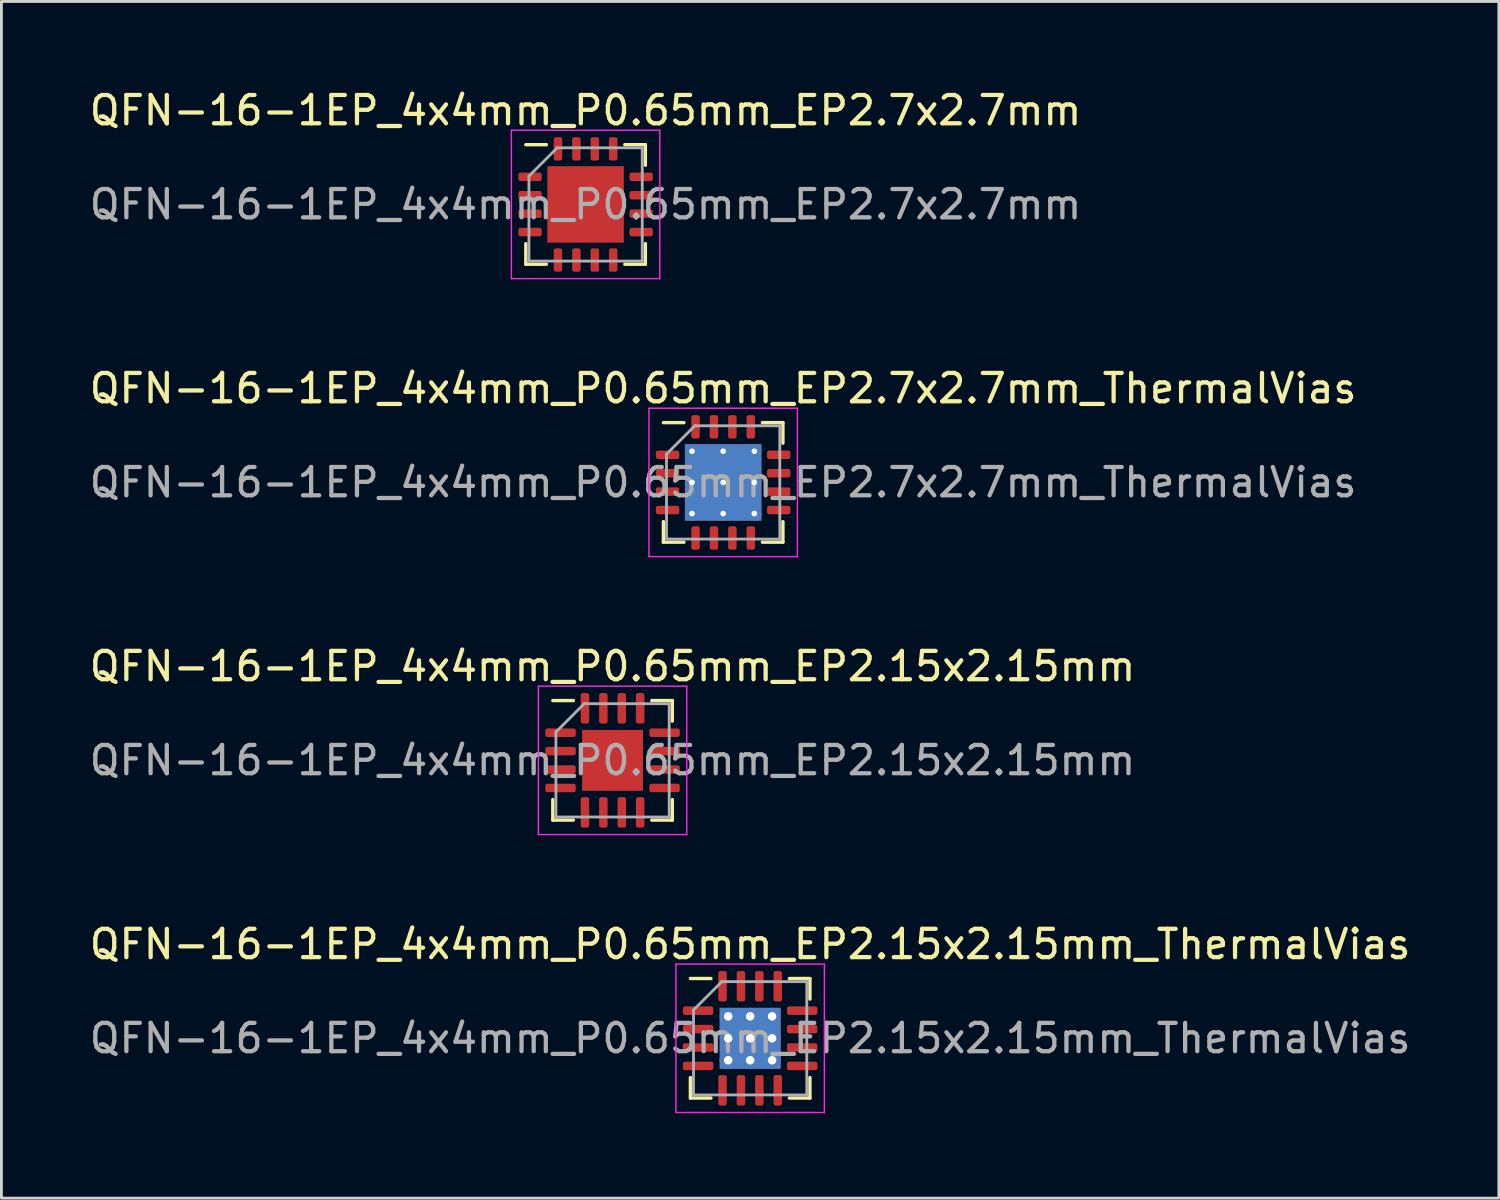
<source format=kicad_pcb>
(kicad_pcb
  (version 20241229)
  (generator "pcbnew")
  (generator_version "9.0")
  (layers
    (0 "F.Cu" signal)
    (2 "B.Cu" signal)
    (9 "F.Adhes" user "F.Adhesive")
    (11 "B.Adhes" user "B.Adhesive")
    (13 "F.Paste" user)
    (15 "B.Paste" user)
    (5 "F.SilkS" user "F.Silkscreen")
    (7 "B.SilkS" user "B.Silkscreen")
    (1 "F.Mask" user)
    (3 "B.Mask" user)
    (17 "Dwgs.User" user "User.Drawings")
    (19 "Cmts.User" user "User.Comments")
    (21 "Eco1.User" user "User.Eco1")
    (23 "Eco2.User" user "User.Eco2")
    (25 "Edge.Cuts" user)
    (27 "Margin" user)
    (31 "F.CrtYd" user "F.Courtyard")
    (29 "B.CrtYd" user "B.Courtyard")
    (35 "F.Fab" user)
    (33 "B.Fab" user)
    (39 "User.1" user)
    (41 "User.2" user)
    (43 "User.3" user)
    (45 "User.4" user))
  (footprint "QFN-16-1EP_4x4mm_P0.65mm_EP2.15x2.15mm"
    (layer "F.Cu")
    (at 18.577 23.795)
    (property "Reference" "QFN-16-1EP_4x4mm_P0.65mm_EP2.15x2.15mm" (at 0 -3.32 0) (layer "F.SilkS") (effects (font (size 1 1) (thickness 0.15))))
    (attr smd)
    (fp_line (start -2.11 2.11) (end -2.11 1.385) (stroke (width 0.12) (type solid)) (layer "F.SilkS"))
    (fp_line (start -1.385 -2.11) (end -2.11 -2.11) (stroke (width 0.12) (type solid)) (layer "F.SilkS"))
    (fp_line (start -1.385 2.11) (end -2.11 2.11) (stroke (width 0.12) (type solid)) (layer "F.SilkS"))
    (fp_line (start 1.385 -2.11) (end 2.11 -2.11) (stroke (width 0.12) (type solid)) (layer "F.SilkS"))
    (fp_line (start 1.385 2.11) (end 2.11 2.11) (stroke (width 0.12) (type solid)) (layer "F.SilkS"))
    (fp_line (start 2.11 -2.11) (end 2.11 -1.385) (stroke (width 0.12) (type solid)) (layer "F.SilkS"))
    (fp_line (start 2.11 2.11) (end 2.11 1.385) (stroke (width 0.12) (type solid)) (layer "F.SilkS"))
    (fp_line (start -2.62 -2.62) (end -2.62 2.62) (stroke (width 0.05) (type solid)) (layer "F.CrtYd"))
    (fp_line (start -2.62 2.62) (end 2.62 2.62) (stroke (width 0.05) (type solid)) (layer "F.CrtYd"))
    (fp_line (start 2.62 -2.62) (end -2.62 -2.62) (stroke (width 0.05) (type solid)) (layer "F.CrtYd"))
    (fp_line (start 2.62 2.62) (end 2.62 -2.62) (stroke (width 0.05) (type solid)) (layer "F.CrtYd"))
    (fp_line (start -2 -1) (end -1 -2) (stroke (width 0.1) (type solid)) (layer "F.Fab"))
    (fp_line (start -2 2) (end -2 -1) (stroke (width 0.1) (type solid)) (layer "F.Fab"))
    (fp_line (start -1 -2) (end 2 -2) (stroke (width 0.1) (type solid)) (layer "F.Fab"))
    (fp_line (start 2 -2) (end 2 2) (stroke (width 0.1) (type solid)) (layer "F.Fab"))
    (fp_line (start 2 2) (end -2 2) (stroke (width 0.1) (type solid)) (layer "F.Fab"))
    (fp_text user "${REFERENCE}" (at 0 0 0) (layer "F.Fab") (effects (font (size 1 1) (thickness 0.15))))
    (pad "" smd roundrect (at -0.54 -0.54) (size 0.87 0.87) (layers "F.Paste") (roundrect_rratio 0.25))
    (pad "" smd roundrect (at -0.54 0.54) (size 0.87 0.87) (layers "F.Paste") (roundrect_rratio 0.25))
    (pad "" smd roundrect (at 0.54 -0.54) (size 0.87 0.87) (layers "F.Paste") (roundrect_rratio 0.25))
    (pad "" smd roundrect (at 0.54 0.54) (size 0.87 0.87) (layers "F.Paste") (roundrect_rratio 0.25))
    (pad "1" smd roundrect (at -1.837 -0.975) (size 1.075 0.3) (layers "F.Cu" "F.Mask" "F.Paste") (roundrect_rratio 0.25))
    (pad "2" smd roundrect (at -1.837 -0.325) (size 1.075 0.3) (layers "F.Cu" "F.Mask" "F.Paste") (roundrect_rratio 0.25))
    (pad "3" smd roundrect (at -1.837 0.325) (size 1.075 0.3) (layers "F.Cu" "F.Mask" "F.Paste") (roundrect_rratio 0.25))
    (pad "4" smd roundrect (at -1.837 0.975) (size 1.075 0.3) (layers "F.Cu" "F.Mask" "F.Paste") (roundrect_rratio 0.25))
    (pad "5" smd roundrect (at -0.975 1.837) (size 0.3 1.075) (layers "F.Cu" "F.Mask" "F.Paste") (roundrect_rratio 0.25))
    (pad "6" smd roundrect (at -0.325 1.837) (size 0.3 1.075) (layers "F.Cu" "F.Mask" "F.Paste") (roundrect_rratio 0.25))
    (pad "7" smd roundrect (at 0.325 1.837) (size 0.3 1.075) (layers "F.Cu" "F.Mask" "F.Paste") (roundrect_rratio 0.25))
    (pad "8" smd roundrect (at 0.975 1.837) (size 0.3 1.075) (layers "F.Cu" "F.Mask" "F.Paste") (roundrect_rratio 0.25))
    (pad "9" smd roundrect (at 1.837 0.975) (size 1.075 0.3) (layers "F.Cu" "F.Mask" "F.Paste") (roundrect_rratio 0.25))
    (pad "10" smd roundrect (at 1.837 0.325) (size 1.075 0.3) (layers "F.Cu" "F.Mask" "F.Paste") (roundrect_rratio 0.25))
    (pad "11" smd roundrect (at 1.837 -0.325) (size 1.075 0.3) (layers "F.Cu" "F.Mask" "F.Paste") (roundrect_rratio 0.25))
    (pad "12" smd roundrect (at 1.837 -0.975) (size 1.075 0.3) (layers "F.Cu" "F.Mask" "F.Paste") (roundrect_rratio 0.25))
    (pad "13" smd roundrect (at 0.975 -1.837) (size 0.3 1.075) (layers "F.Cu" "F.Mask" "F.Paste") (roundrect_rratio 0.25))
    (pad "14" smd roundrect (at 0.325 -1.837) (size 0.3 1.075) (layers "F.Cu" "F.Mask" "F.Paste") (roundrect_rratio 0.25))
    (pad "15" smd roundrect (at -0.325 -1.837) (size 0.3 1.075) (layers "F.Cu" "F.Mask" "F.Paste") (roundrect_rratio 0.25))
    (pad "16" smd roundrect (at -0.975 -1.837) (size 0.3 1.075) (layers "F.Cu" "F.Mask" "F.Paste") (roundrect_rratio 0.25))
    (pad "17" smd rect (at 0 0) (size 2.15 2.15) (layers "F.Cu" "F.Mask")))
  (footprint "QFN-16-1EP_4x4mm_P0.65mm_EP2.15x2.15mm_ThermalVias"
    (layer "F.Cu")
    (at 23.435 33.608)
    (property "Reference" "QFN-16-1EP_4x4mm_P0.65mm_EP2.15x2.15mm_ThermalVias" (at 0 -3.32 0) (layer "F.SilkS") (effects (font (size 1 1) (thickness 0.15))))
    (attr smd)
    (fp_line (start -2.11 2.11) (end -2.11 1.385) (stroke (width 0.12) (type solid)) (layer "F.SilkS"))
    (fp_line (start -1.385 -2.11) (end -2.11 -2.11) (stroke (width 0.12) (type solid)) (layer "F.SilkS"))
    (fp_line (start -1.385 2.11) (end -2.11 2.11) (stroke (width 0.12) (type solid)) (layer "F.SilkS"))
    (fp_line (start 1.385 -2.11) (end 2.11 -2.11) (stroke (width 0.12) (type solid)) (layer "F.SilkS"))
    (fp_line (start 1.385 2.11) (end 2.11 2.11) (stroke (width 0.12) (type solid)) (layer "F.SilkS"))
    (fp_line (start 2.11 -2.11) (end 2.11 -1.385) (stroke (width 0.12) (type solid)) (layer "F.SilkS"))
    (fp_line (start 2.11 2.11) (end 2.11 1.385) (stroke (width 0.12) (type solid)) (layer "F.SilkS"))
    (fp_line (start -2.62 -2.62) (end -2.62 2.62) (stroke (width 0.05) (type solid)) (layer "F.CrtYd"))
    (fp_line (start -2.62 2.62) (end 2.62 2.62) (stroke (width 0.05) (type solid)) (layer "F.CrtYd"))
    (fp_line (start 2.62 -2.62) (end -2.62 -2.62) (stroke (width 0.05) (type solid)) (layer "F.CrtYd"))
    (fp_line (start 2.62 2.62) (end 2.62 -2.62) (stroke (width 0.05) (type solid)) (layer "F.CrtYd"))
    (fp_line (start -2 -1) (end -1 -2) (stroke (width 0.1) (type solid)) (layer "F.Fab"))
    (fp_line (start -2 2) (end -2 -1) (stroke (width 0.1) (type solid)) (layer "F.Fab"))
    (fp_line (start -1 -2) (end 2 -2) (stroke (width 0.1) (type solid)) (layer "F.Fab"))
    (fp_line (start 2 -2) (end 2 2) (stroke (width 0.1) (type solid)) (layer "F.Fab"))
    (fp_line (start 2 2) (end -2 2) (stroke (width 0.1) (type solid)) (layer "F.Fab"))
    (fp_text user "${REFERENCE}" (at 0 0 0) (layer "F.Fab") (effects (font (size 1 1) (thickness 0.15))))
    (pad "" smd roundrect (at -0.54 -0.54) (size 0.93 0.93) (layers "F.Paste") (roundrect_rratio 0.25))
    (pad "" smd roundrect (at -0.54 0.54) (size 0.93 0.93) (layers "F.Paste") (roundrect_rratio 0.25))
    (pad "" smd roundrect (at 0.54 -0.54) (size 0.93 0.93) (layers "F.Paste") (roundrect_rratio 0.25))
    (pad "" smd roundrect (at 0.54 0.54) (size 0.93 0.93) (layers "F.Paste") (roundrect_rratio 0.25))
    (pad "1" smd roundrect (at -1.837 -0.975) (size 1.075 0.3) (layers "F.Cu" "F.Mask" "F.Paste") (roundrect_rratio 0.25))
    (pad "2" smd roundrect (at -1.837 -0.325) (size 1.075 0.3) (layers "F.Cu" "F.Mask" "F.Paste") (roundrect_rratio 0.25))
    (pad "3" smd roundrect (at -1.837 0.325) (size 1.075 0.3) (layers "F.Cu" "F.Mask" "F.Paste") (roundrect_rratio 0.25))
    (pad "4" smd roundrect (at -1.837 0.975) (size 1.075 0.3) (layers "F.Cu" "F.Mask" "F.Paste") (roundrect_rratio 0.25))
    (pad "5" smd roundrect (at -0.975 1.837) (size 0.3 1.075) (layers "F.Cu" "F.Mask" "F.Paste") (roundrect_rratio 0.25))
    (pad "6" smd roundrect (at -0.325 1.837) (size 0.3 1.075) (layers "F.Cu" "F.Mask" "F.Paste") (roundrect_rratio 0.25))
    (pad "7" smd roundrect (at 0.325 1.837) (size 0.3 1.075) (layers "F.Cu" "F.Mask" "F.Paste") (roundrect_rratio 0.25))
    (pad "8" smd roundrect (at 0.975 1.837) (size 0.3 1.075) (layers "F.Cu" "F.Mask" "F.Paste") (roundrect_rratio 0.25))
    (pad "9" smd roundrect (at 1.837 0.975) (size 1.075 0.3) (layers "F.Cu" "F.Mask" "F.Paste") (roundrect_rratio 0.25))
    (pad "10" smd roundrect (at 1.837 0.325) (size 1.075 0.3) (layers "F.Cu" "F.Mask" "F.Paste") (roundrect_rratio 0.25))
    (pad "11" smd roundrect (at 1.837 -0.325) (size 1.075 0.3) (layers "F.Cu" "F.Mask" "F.Paste") (roundrect_rratio 0.25))
    (pad "12" smd roundrect (at 1.837 -0.975) (size 1.075 0.3) (layers "F.Cu" "F.Mask" "F.Paste") (roundrect_rratio 0.25))
    (pad "13" smd roundrect (at 0.975 -1.837) (size 0.3 1.075) (layers "F.Cu" "F.Mask" "F.Paste") (roundrect_rratio 0.25))
    (pad "14" smd roundrect (at 0.325 -1.837) (size 0.3 1.075) (layers "F.Cu" "F.Mask" "F.Paste") (roundrect_rratio 0.25))
    (pad "15" smd roundrect (at -0.325 -1.837) (size 0.3 1.075) (layers "F.Cu" "F.Mask" "F.Paste") (roundrect_rratio 0.25))
    (pad "16" smd roundrect (at -0.975 -1.837) (size 0.3 1.075) (layers "F.Cu" "F.Mask" "F.Paste") (roundrect_rratio 0.25))
    (pad "17" thru_hole circle (at -0.775 -0.775) (size 0.6 0.6) (drill 0.3) (layers "*.Cu"))
    (pad "17" thru_hole circle (at -0.775 0) (size 0.6 0.6) (drill 0.3) (layers "*.Cu"))
    (pad "17" thru_hole circle (at -0.775 0.775) (size 0.6 0.6) (drill 0.3) (layers "*.Cu"))
    (pad "17" thru_hole circle (at 0 -0.775) (size 0.6 0.6) (drill 0.3) (layers "*.Cu"))
    (pad "17" thru_hole circle (at 0 0) (size 0.6 0.6) (drill 0.3) (layers "*.Cu"))
    (pad "17" smd rect (at 0 0) (size 2.15 2.15) (layers "F.Cu" "F.Mask"))
    (pad "17" smd rect (at 0 0) (size 2.15 2.15) (layers "B.Cu"))
    (pad "17" thru_hole circle (at 0 0.775) (size 0.6 0.6) (drill 0.3) (layers "*.Cu"))
    (pad "17" thru_hole circle (at 0.775 -0.775) (size 0.6 0.6) (drill 0.3) (layers "*.Cu"))
    (pad "17" thru_hole circle (at 0.775 0) (size 0.6 0.6) (drill 0.3) (layers "*.Cu"))
    (pad "17" thru_hole circle (at 0.775 0.775) (size 0.6 0.6) (drill 0.3) (layers "*.Cu")))
  (footprint "QFN-16-1EP_4x4mm_P0.65mm_EP2.7x2.7mm_ThermalVias"
    (layer "F.Cu")
    (at 22.482 13.982)
    (property "Reference" "QFN-16-1EP_4x4mm_P0.65mm_EP2.7x2.7mm_ThermalVias" (at 0 -3.32 0) (layer "F.SilkS") (effects (font (size 1 1) (thickness 0.15))))
    (attr smd)
    (fp_line (start -2.11 2.11) (end -2.11 1.385) (stroke (width 0.12) (type solid)) (layer "F.SilkS"))
    (fp_line (start -1.385 -2.11) (end -2.11 -2.11) (stroke (width 0.12) (type solid)) (layer "F.SilkS"))
    (fp_line (start -1.385 2.11) (end -2.11 2.11) (stroke (width 0.12) (type solid)) (layer "F.SilkS"))
    (fp_line (start 1.385 -2.11) (end 2.11 -2.11) (stroke (width 0.12) (type solid)) (layer "F.SilkS"))
    (fp_line (start 1.385 2.11) (end 2.11 2.11) (stroke (width 0.12) (type solid)) (layer "F.SilkS"))
    (fp_line (start 2.11 -2.11) (end 2.11 -1.385) (stroke (width 0.12) (type solid)) (layer "F.SilkS"))
    (fp_line (start 2.11 2.11) (end 2.11 1.385) (stroke (width 0.12) (type solid)) (layer "F.SilkS"))
    (fp_line (start -2.62 -2.62) (end -2.62 2.62) (stroke (width 0.05) (type solid)) (layer "F.CrtYd"))
    (fp_line (start -2.62 2.62) (end 2.62 2.62) (stroke (width 0.05) (type solid)) (layer "F.CrtYd"))
    (fp_line (start 2.62 -2.62) (end -2.62 -2.62) (stroke (width 0.05) (type solid)) (layer "F.CrtYd"))
    (fp_line (start 2.62 2.62) (end 2.62 -2.62) (stroke (width 0.05) (type solid)) (layer "F.CrtYd"))
    (fp_line (start -2 -1) (end -1 -2) (stroke (width 0.1) (type solid)) (layer "F.Fab"))
    (fp_line (start -2 2) (end -2 -1) (stroke (width 0.1) (type solid)) (layer "F.Fab"))
    (fp_line (start -1 -2) (end 2 -2) (stroke (width 0.1) (type solid)) (layer "F.Fab"))
    (fp_line (start 2 -2) (end 2 2) (stroke (width 0.1) (type solid)) (layer "F.Fab"))
    (fp_line (start 2 2) (end -2 2) (stroke (width 0.1) (type solid)) (layer "F.Fab"))
    (fp_text user "${REFERENCE}" (at 0 0 0) (layer "F.Fab") (effects (font (size 1 1) (thickness 0.15))))
    (pad "" smd roundrect (at -0.675 -0.675) (size 1.17 1.17) (layers "F.Paste") (roundrect_rratio 0.214))
    (pad "" smd roundrect (at -0.675 0.675) (size 1.17 1.17) (layers "F.Paste") (roundrect_rratio 0.214))
    (pad "" smd roundrect (at 0.675 -0.675) (size 1.17 1.17) (layers "F.Paste") (roundrect_rratio 0.214))
    (pad "" smd roundrect (at 0.675 0.675) (size 1.17 1.17) (layers "F.Paste") (roundrect_rratio 0.214))
    (pad "1" smd roundrect (at -1.962 -0.975) (size 0.825 0.3) (layers "F.Cu" "F.Mask" "F.Paste") (roundrect_rratio 0.25))
    (pad "2" smd roundrect (at -1.962 -0.325) (size 0.825 0.3) (layers "F.Cu" "F.Mask" "F.Paste") (roundrect_rratio 0.25))
    (pad "3" smd roundrect (at -1.962 0.325) (size 0.825 0.3) (layers "F.Cu" "F.Mask" "F.Paste") (roundrect_rratio 0.25))
    (pad "4" smd roundrect (at -1.962 0.975) (size 0.825 0.3) (layers "F.Cu" "F.Mask" "F.Paste") (roundrect_rratio 0.25))
    (pad "5" smd roundrect (at -0.975 1.962) (size 0.3 0.825) (layers "F.Cu" "F.Mask" "F.Paste") (roundrect_rratio 0.25))
    (pad "6" smd roundrect (at -0.325 1.962) (size 0.3 0.825) (layers "F.Cu" "F.Mask" "F.Paste") (roundrect_rratio 0.25))
    (pad "7" smd roundrect (at 0.325 1.962) (size 0.3 0.825) (layers "F.Cu" "F.Mask" "F.Paste") (roundrect_rratio 0.25))
    (pad "8" smd roundrect (at 0.975 1.962) (size 0.3 0.825) (layers "F.Cu" "F.Mask" "F.Paste") (roundrect_rratio 0.25))
    (pad "9" smd roundrect (at 1.962 0.975) (size 0.825 0.3) (layers "F.Cu" "F.Mask" "F.Paste") (roundrect_rratio 0.25))
    (pad "10" smd roundrect (at 1.962 0.325) (size 0.825 0.3) (layers "F.Cu" "F.Mask" "F.Paste") (roundrect_rratio 0.25))
    (pad "11" smd roundrect (at 1.962 -0.325) (size 0.825 0.3) (layers "F.Cu" "F.Mask" "F.Paste") (roundrect_rratio 0.25))
    (pad "12" smd roundrect (at 1.962 -0.975) (size 0.825 0.3) (layers "F.Cu" "F.Mask" "F.Paste") (roundrect_rratio 0.25))
    (pad "13" smd roundrect (at 0.975 -1.962) (size 0.3 0.825) (layers "F.Cu" "F.Mask" "F.Paste") (roundrect_rratio 0.25))
    (pad "14" smd roundrect (at 0.325 -1.962) (size 0.3 0.825) (layers "F.Cu" "F.Mask" "F.Paste") (roundrect_rratio 0.25))
    (pad "15" smd roundrect (at -0.325 -1.962) (size 0.3 0.825) (layers "F.Cu" "F.Mask" "F.Paste") (roundrect_rratio 0.25))
    (pad "16" smd roundrect (at -0.975 -1.962) (size 0.3 0.825) (layers "F.Cu" "F.Mask" "F.Paste") (roundrect_rratio 0.25))
    (pad "17" thru_hole circle (at -1.1 -1.1) (size 0.5 0.5) (drill 0.2) (layers "*.Cu"))
    (pad "17" thru_hole circle (at -1.1 0) (size 0.5 0.5) (drill 0.2) (layers "*.Cu"))
    (pad "17" thru_hole circle (at -1.1 1.1) (size 0.5 0.5) (drill 0.2) (layers "*.Cu"))
    (pad "17" thru_hole circle (at 0 -1.1) (size 0.5 0.5) (drill 0.2) (layers "*.Cu"))
    (pad "17" thru_hole circle (at 0 0) (size 0.5 0.5) (drill 0.2) (layers "*.Cu"))
    (pad "17" smd rect (at 0 0) (size 2.7 2.7) (layers "F.Cu" "F.Mask"))
    (pad "17" smd rect (at 0 0) (size 2.7 2.7) (layers "B.Cu"))
    (pad "17" thru_hole circle (at 0 1.1) (size 0.5 0.5) (drill 0.2) (layers "*.Cu"))
    (pad "17" thru_hole circle (at 1.1 -1.1) (size 0.5 0.5) (drill 0.2) (layers "*.Cu"))
    (pad "17" thru_hole circle (at 1.1 0) (size 0.5 0.5) (drill 0.2) (layers "*.Cu"))
    (pad "17" thru_hole circle (at 1.1 1.1) (size 0.5 0.5) (drill 0.2) (layers "*.Cu")))
  (footprint "QFN-16-1EP_4x4mm_P0.65mm_EP2.7x2.7mm"
    (layer "F.Cu")
    (at 17.625 4.168)
    (property "Reference" "QFN-16-1EP_4x4mm_P0.65mm_EP2.7x2.7mm" (at 0 -3.32 0) (layer "F.SilkS") (effects (font (size 1 1) (thickness 0.15))))
    (attr smd)
    (fp_line (start -2.11 2.11) (end -2.11 1.385) (stroke (width 0.12) (type solid)) (layer "F.SilkS"))
    (fp_line (start -1.385 -2.11) (end -2.11 -2.11) (stroke (width 0.12) (type solid)) (layer "F.SilkS"))
    (fp_line (start -1.385 2.11) (end -2.11 2.11) (stroke (width 0.12) (type solid)) (layer "F.SilkS"))
    (fp_line (start 1.385 -2.11) (end 2.11 -2.11) (stroke (width 0.12) (type solid)) (layer "F.SilkS"))
    (fp_line (start 1.385 2.11) (end 2.11 2.11) (stroke (width 0.12) (type solid)) (layer "F.SilkS"))
    (fp_line (start 2.11 -2.11) (end 2.11 -1.385) (stroke (width 0.12) (type solid)) (layer "F.SilkS"))
    (fp_line (start 2.11 2.11) (end 2.11 1.385) (stroke (width 0.12) (type solid)) (layer "F.SilkS"))
    (fp_line (start -2.62 -2.62) (end -2.62 2.62) (stroke (width 0.05) (type solid)) (layer "F.CrtYd"))
    (fp_line (start -2.62 2.62) (end 2.62 2.62) (stroke (width 0.05) (type solid)) (layer "F.CrtYd"))
    (fp_line (start 2.62 -2.62) (end -2.62 -2.62) (stroke (width 0.05) (type solid)) (layer "F.CrtYd"))
    (fp_line (start 2.62 2.62) (end 2.62 -2.62) (stroke (width 0.05) (type solid)) (layer "F.CrtYd"))
    (fp_line (start -2 -1) (end -1 -2) (stroke (width 0.1) (type solid)) (layer "F.Fab"))
    (fp_line (start -2 2) (end -2 -1) (stroke (width 0.1) (type solid)) (layer "F.Fab"))
    (fp_line (start -1 -2) (end 2 -2) (stroke (width 0.1) (type solid)) (layer "F.Fab"))
    (fp_line (start 2 -2) (end 2 2) (stroke (width 0.1) (type solid)) (layer "F.Fab"))
    (fp_line (start 2 2) (end -2 2) (stroke (width 0.1) (type solid)) (layer "F.Fab"))
    (fp_text user "${REFERENCE}" (at 0 0 0) (layer "F.Fab") (effects (font (size 1 1) (thickness 0.15))))
    (pad "" smd roundrect (at -0.675 -0.675) (size 1.09 1.09) (layers "F.Paste") (roundrect_rratio 0.229))
    (pad "" smd roundrect (at -0.675 0.675) (size 1.09 1.09) (layers "F.Paste") (roundrect_rratio 0.229))
    (pad "" smd roundrect (at 0.675 -0.675) (size 1.09 1.09) (layers "F.Paste") (roundrect_rratio 0.229))
    (pad "" smd roundrect (at 0.675 0.675) (size 1.09 1.09) (layers "F.Paste") (roundrect_rratio 0.229))
    (pad "1" smd roundrect (at -1.962 -0.975) (size 0.825 0.3) (layers "F.Cu" "F.Mask" "F.Paste") (roundrect_rratio 0.25))
    (pad "2" smd roundrect (at -1.962 -0.325) (size 0.825 0.3) (layers "F.Cu" "F.Mask" "F.Paste") (roundrect_rratio 0.25))
    (pad "3" smd roundrect (at -1.962 0.325) (size 0.825 0.3) (layers "F.Cu" "F.Mask" "F.Paste") (roundrect_rratio 0.25))
    (pad "4" smd roundrect (at -1.962 0.975) (size 0.825 0.3) (layers "F.Cu" "F.Mask" "F.Paste") (roundrect_rratio 0.25))
    (pad "5" smd roundrect (at -0.975 1.962) (size 0.3 0.825) (layers "F.Cu" "F.Mask" "F.Paste") (roundrect_rratio 0.25))
    (pad "6" smd roundrect (at -0.325 1.962) (size 0.3 0.825) (layers "F.Cu" "F.Mask" "F.Paste") (roundrect_rratio 0.25))
    (pad "7" smd roundrect (at 0.325 1.962) (size 0.3 0.825) (layers "F.Cu" "F.Mask" "F.Paste") (roundrect_rratio 0.25))
    (pad "8" smd roundrect (at 0.975 1.962) (size 0.3 0.825) (layers "F.Cu" "F.Mask" "F.Paste") (roundrect_rratio 0.25))
    (pad "9" smd roundrect (at 1.962 0.975) (size 0.825 0.3) (layers "F.Cu" "F.Mask" "F.Paste") (roundrect_rratio 0.25))
    (pad "10" smd roundrect (at 1.962 0.325) (size 0.825 0.3) (layers "F.Cu" "F.Mask" "F.Paste") (roundrect_rratio 0.25))
    (pad "11" smd roundrect (at 1.962 -0.325) (size 0.825 0.3) (layers "F.Cu" "F.Mask" "F.Paste") (roundrect_rratio 0.25))
    (pad "12" smd roundrect (at 1.962 -0.975) (size 0.825 0.3) (layers "F.Cu" "F.Mask" "F.Paste") (roundrect_rratio 0.25))
    (pad "13" smd roundrect (at 0.975 -1.962) (size 0.3 0.825) (layers "F.Cu" "F.Mask" "F.Paste") (roundrect_rratio 0.25))
    (pad "14" smd roundrect (at 0.325 -1.962) (size 0.3 0.825) (layers "F.Cu" "F.Mask" "F.Paste") (roundrect_rratio 0.25))
    (pad "15" smd roundrect (at -0.325 -1.962) (size 0.3 0.825) (layers "F.Cu" "F.Mask" "F.Paste") (roundrect_rratio 0.25))
    (pad "16" smd roundrect (at -0.975 -1.962) (size 0.3 0.825) (layers "F.Cu" "F.Mask" "F.Paste") (roundrect_rratio 0.25))
    (pad "17" smd rect (at 0 0) (size 2.7 2.7) (layers "F.Cu" "F.Mask")))
  (gr_rect
    (start -3 -3)
    (end 49.869 39.253)
    (stroke (width 0.1) (type default))
    (fill no)
    (layer "Edge.Cuts")))
</source>
